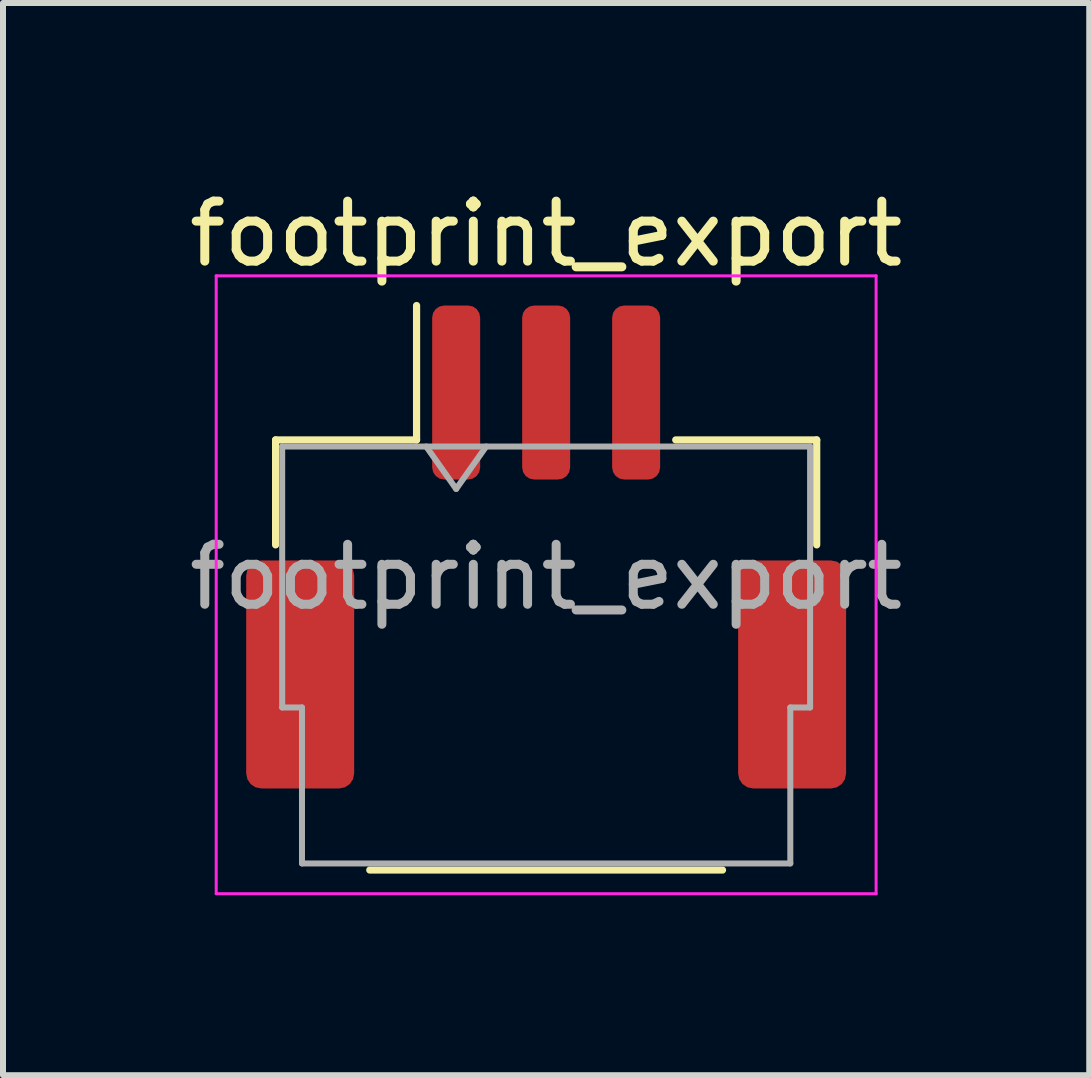
<source format=kicad_pcb>
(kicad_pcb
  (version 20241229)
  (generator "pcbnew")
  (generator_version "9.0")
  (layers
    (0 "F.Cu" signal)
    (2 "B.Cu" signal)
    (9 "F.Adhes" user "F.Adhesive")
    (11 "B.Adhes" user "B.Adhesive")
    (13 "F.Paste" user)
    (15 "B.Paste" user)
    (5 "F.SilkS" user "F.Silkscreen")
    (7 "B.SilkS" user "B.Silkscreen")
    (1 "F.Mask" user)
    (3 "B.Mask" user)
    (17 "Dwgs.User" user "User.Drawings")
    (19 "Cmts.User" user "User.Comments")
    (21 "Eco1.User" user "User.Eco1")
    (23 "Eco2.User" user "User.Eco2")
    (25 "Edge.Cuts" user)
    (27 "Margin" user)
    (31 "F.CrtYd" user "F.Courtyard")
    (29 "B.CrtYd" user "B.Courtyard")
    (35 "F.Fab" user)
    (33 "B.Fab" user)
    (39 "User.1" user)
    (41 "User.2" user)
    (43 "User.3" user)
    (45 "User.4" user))
  (footprint "footprint_export"
    (layer "F.Cu")
    (at 6.054 6.068)
    (property "Reference" "footprint_export" (at 0 -5.22 0) (layer "F.SilkS") (effects (font (size 1 1) (thickness 0.15))))
    (attr smd)
    (fp_line (start -4.51 -1.785) (end -2.16 -1.785) (stroke (width 0.12) (type solid)) (layer "F.SilkS"))
    (fp_line (start -4.51 -0.035) (end -4.51 -1.785) (stroke (width 0.12) (type solid)) (layer "F.SilkS"))
    (fp_line (start -2.94 5.385) (end 2.94 5.385) (stroke (width 0.12) (type solid)) (layer "F.SilkS"))
    (fp_line (start -2.16 -1.785) (end -2.16 -4.025) (stroke (width 0.12) (type solid)) (layer "F.SilkS"))
    (fp_line (start 4.51 -1.785) (end 2.16 -1.785) (stroke (width 0.12) (type solid)) (layer "F.SilkS"))
    (fp_line (start 4.51 -0.035) (end 4.51 -1.785) (stroke (width 0.12) (type solid)) (layer "F.SilkS"))
    (fp_line (start -5.5 -4.52) (end -5.5 5.78) (stroke (width 0.05) (type solid)) (layer "F.CrtYd"))
    (fp_line (start -5.5 5.78) (end 5.5 5.78) (stroke (width 0.05) (type solid)) (layer "F.CrtYd"))
    (fp_line (start 5.5 -4.52) (end -5.5 -4.52) (stroke (width 0.05) (type solid)) (layer "F.CrtYd"))
    (fp_line (start 5.5 5.78) (end 5.5 -4.52) (stroke (width 0.05) (type solid)) (layer "F.CrtYd"))
    (fp_line (start -4.4 -1.675) (end -4.4 2.675) (stroke (width 0.1) (type solid)) (layer "F.Fab"))
    (fp_line (start -4.4 -1.675) (end 4.4 -1.675) (stroke (width 0.1) (type solid)) (layer "F.Fab"))
    (fp_line (start -4.4 2.675) (end -4.07 2.675) (stroke (width 0.1) (type solid)) (layer "F.Fab"))
    (fp_line (start -4.07 2.675) (end -4.07 5.275) (stroke (width 0.1) (type solid)) (layer "F.Fab"))
    (fp_line (start -4.07 5.275) (end 4.07 5.275) (stroke (width 0.1) (type solid)) (layer "F.Fab"))
    (fp_line (start -2 -1.675) (end -1.5 -0.968) (stroke (width 0.1) (type solid)) (layer "F.Fab"))
    (fp_line (start -1.5 -0.968) (end -1 -1.675) (stroke (width 0.1) (type solid)) (layer "F.Fab"))
    (fp_line (start 4.07 2.675) (end 4.4 2.675) (stroke (width 0.1) (type solid)) (layer "F.Fab"))
    (fp_line (start 4.07 5.275) (end 4.07 2.675) (stroke (width 0.1) (type solid)) (layer "F.Fab"))
    (fp_line (start 4.4 -1.675) (end 4.4 2.675) (stroke (width 0.1) (type solid)) (layer "F.Fab"))
    (fp_text user "${REFERENCE}" (at 0 0.5 0) (layer "F.Fab") (effects (font (size 1 1) (thickness 0.15))))
    (pad "1" smd roundrect (at -1.5 -2.575) (size 0.8 2.9) (layers "F.Cu" "F.Mask" "F.Paste") (roundrect_rratio 0.25))
    (pad "2" smd roundrect (at 0 -2.575) (size 0.8 2.9) (layers "F.Cu" "F.Mask" "F.Paste") (roundrect_rratio 0.25))
    (pad "3" smd roundrect (at 1.5 -2.575) (size 0.8 2.9) (layers "F.Cu" "F.Mask" "F.Paste") (roundrect_rratio 0.25))
    (pad "MP" smd roundrect (at -4.1 2.125) (size 1.8 3.8) (layers "F.Cu" "F.Mask" "F.Paste") (roundrect_rratio 0.139))
    (pad "MP" smd roundrect (at 4.1 2.125) (size 1.8 3.8) (layers "F.Cu" "F.Mask" "F.Paste") (roundrect_rratio 0.139)))
  (gr_rect
    (start -3 -3)
    (end 15.107 14.873)
    (stroke (width 0.1) (type default))
    (fill no)
    (layer "Edge.Cuts")))
</source>
